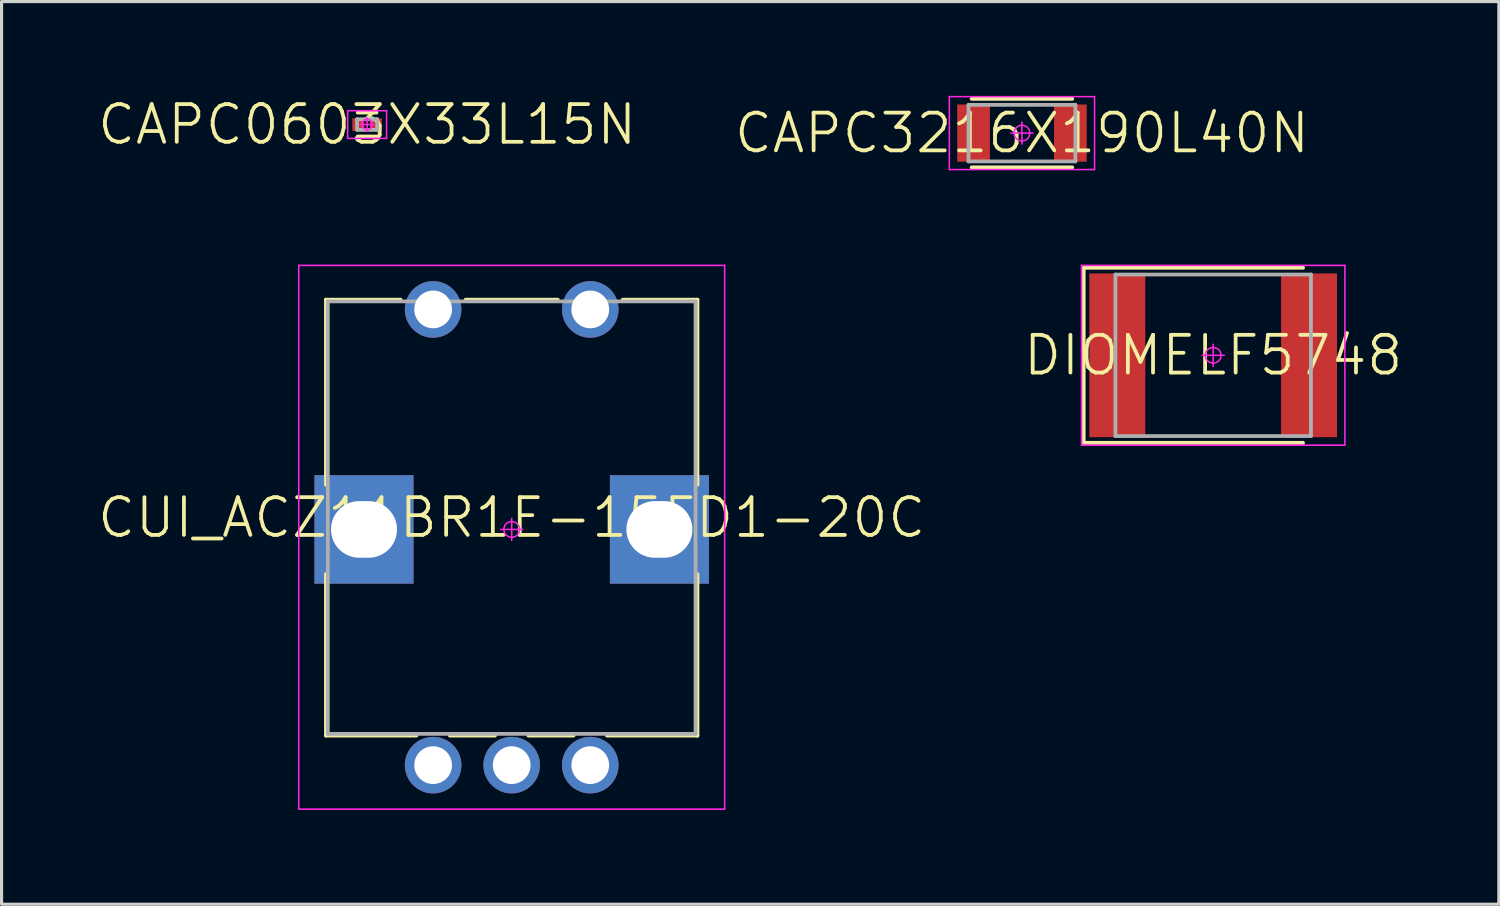
<source format=kicad_pcb>
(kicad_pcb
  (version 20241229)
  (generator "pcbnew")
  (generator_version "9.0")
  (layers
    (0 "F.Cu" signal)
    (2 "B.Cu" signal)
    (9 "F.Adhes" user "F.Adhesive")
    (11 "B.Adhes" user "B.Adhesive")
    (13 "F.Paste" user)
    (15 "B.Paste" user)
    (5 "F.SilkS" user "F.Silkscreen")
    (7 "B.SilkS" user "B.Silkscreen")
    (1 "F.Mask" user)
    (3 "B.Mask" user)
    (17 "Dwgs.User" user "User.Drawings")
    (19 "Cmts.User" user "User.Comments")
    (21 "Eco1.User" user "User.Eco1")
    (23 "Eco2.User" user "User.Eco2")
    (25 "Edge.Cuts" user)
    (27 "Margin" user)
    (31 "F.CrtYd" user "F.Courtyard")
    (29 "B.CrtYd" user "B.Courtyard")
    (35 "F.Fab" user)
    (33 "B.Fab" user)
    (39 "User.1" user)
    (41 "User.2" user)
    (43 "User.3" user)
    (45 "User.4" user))
  (footprint "CAPC0603X33L15N"
    (layer "F.Cu")
    (at 8.631 0.913)
    (property "Reference" "CAPC0603X33L15N" (at 0 0 0) (layer "F.SilkS") (effects (font (size 1.2 1.2) (thickness 0.12))))
    (attr smd)
    (fp_line (start 0.3 -0.38) (end -0.3 -0.38) (stroke (width 0.12) (type solid)) (layer "F.SilkS"))
    (fp_line (start 0.3 0.38) (end -0.3 0.38) (stroke (width 0.12) (type solid)) (layer "F.SilkS"))
    (fp_line (start -0.62 -0.44) (end 0.62 -0.44) (stroke (width 0.05) (type solid)) (layer "F.CrtYd"))
    (fp_line (start -0.62 0.44) (end -0.62 -0.44) (stroke (width 0.05) (type solid)) (layer "F.CrtYd"))
    (fp_line (start 0 -0.22) (end 0 0.22) (stroke (width 0.05) (type solid)) (layer "F.CrtYd"))
    (fp_line (start 0.22 0) (end -0.22 0) (stroke (width 0.05) (type solid)) (layer "F.CrtYd"))
    (fp_line (start 0.62 -0.44) (end 0.62 0.44) (stroke (width 0.05) (type solid)) (layer "F.CrtYd"))
    (fp_line (start 0.62 0.44) (end -0.62 0.44) (stroke (width 0.05) (type solid)) (layer "F.CrtYd"))
    (fp_circle (center 0 0) (end 0 0.165) (stroke (width 0.05) (type solid)) (fill no) (layer "F.CrtYd"))
    (fp_line (start -0.32 -0.17) (end 0.32 -0.17) (stroke (width 0.12) (type solid)) (layer "F.Fab"))
    (fp_line (start -0.32 0.17) (end -0.32 -0.17) (stroke (width 0.12) (type solid)) (layer "F.Fab"))
    (fp_line (start 0.32 -0.17) (end 0.32 0.17) (stroke (width 0.12) (type solid)) (layer "F.Fab"))
    (fp_line (start 0.32 0.17) (end -0.32 0.17) (stroke (width 0.12) (type solid)) (layer "F.Fab"))
    (pad "1" smd rect (at -0.28 0) (size 0.38 0.4) (layers "F.Cu" "F.Mask" "F.Paste"))
    (pad "2" smd rect (at 0.28 0) (size 0.38 0.4) (layers "F.Cu" "F.Mask" "F.Paste")))
  (footprint "DIOMELF5748"
    (layer "F.Cu")
    (at 35.551 8.255)
    (property "Reference" "DIOMELF5748" (at 0 0 0) (layer "F.SilkS") (effects (font (size 1.2 1.2) (thickness 0.12))))
    (attr smd)
    (fp_line (start -4.12 -2.785) (end -4.12 2.785) (stroke (width 0.12) (type solid)) (layer "F.SilkS"))
    (fp_line (start -4.12 2.785) (end 2.86 2.785) (stroke (width 0.12) (type solid)) (layer "F.SilkS"))
    (fp_line (start 2.86 -2.785) (end -4.12 -2.785) (stroke (width 0.12) (type solid)) (layer "F.SilkS"))
    (fp_line (start -4.19 -2.86) (end 4.19 -2.86) (stroke (width 0.05) (type solid)) (layer "F.CrtYd"))
    (fp_line (start -4.19 2.86) (end -4.19 -2.86) (stroke (width 0.05) (type solid)) (layer "F.CrtYd"))
    (fp_line (start 0 -0.35) (end 0 0.35) (stroke (width 0.05) (type solid)) (layer "F.CrtYd"))
    (fp_line (start 0.35 0) (end -0.35 0) (stroke (width 0.05) (type solid)) (layer "F.CrtYd"))
    (fp_line (start 4.19 -2.86) (end 4.19 2.86) (stroke (width 0.05) (type solid)) (layer "F.CrtYd"))
    (fp_line (start 4.19 2.86) (end -4.19 2.86) (stroke (width 0.05) (type solid)) (layer "F.CrtYd"))
    (fp_circle (center 0 0) (end 0 0.25) (stroke (width 0.05) (type solid)) (fill no) (layer "F.CrtYd"))
    (fp_line (start -3.11 -2.57) (end 3.11 -2.57) (stroke (width 0.12) (type solid)) (layer "F.Fab"))
    (fp_line (start -3.11 2.57) (end -3.11 -2.57) (stroke (width 0.12) (type solid)) (layer "F.Fab"))
    (fp_line (start 3.11 -2.57) (end 3.11 2.57) (stroke (width 0.12) (type solid)) (layer "F.Fab"))
    (fp_line (start 3.11 2.57) (end -3.11 2.57) (stroke (width 0.12) (type solid)) (layer "F.Fab"))
    (pad "A" smd rect (at 3.05 0) (size 1.78 5.21) (layers "F.Cu" "F.Mask" "F.Paste"))
    (pad "C" smd rect (at -3.05 0) (size 1.78 5.21) (layers "F.Cu" "F.Mask" "F.Paste")))
  (footprint "CAPC3216X190L40N"
    (layer "F.Cu")
    (at 29.466 1.185)
    (property "Reference" "CAPC3216X190L40N" (at 0 0 0) (layer "F.SilkS") (effects (font (size 1.2 1.2) (thickness 0.12))))
    (attr smd)
    (fp_line (start 1.6 -1.09) (end -1.6 -1.09) (stroke (width 0.12) (type solid)) (layer "F.SilkS"))
    (fp_line (start 1.6 1.09) (end -1.6 1.09) (stroke (width 0.12) (type solid)) (layer "F.SilkS"))
    (fp_line (start -2.31 -1.16) (end 2.31 -1.16) (stroke (width 0.05) (type solid)) (layer "F.CrtYd"))
    (fp_line (start -2.31 1.16) (end -2.31 -1.16) (stroke (width 0.05) (type solid)) (layer "F.CrtYd"))
    (fp_line (start 0 -0.35) (end 0 0.35) (stroke (width 0.05) (type solid)) (layer "F.CrtYd"))
    (fp_line (start 0.35 0) (end -0.35 0) (stroke (width 0.05) (type solid)) (layer "F.CrtYd"))
    (fp_line (start 2.31 -1.16) (end 2.31 1.16) (stroke (width 0.05) (type solid)) (layer "F.CrtYd"))
    (fp_line (start 2.31 1.16) (end -2.31 1.16) (stroke (width 0.05) (type solid)) (layer "F.CrtYd"))
    (fp_circle (center 0 0) (end 0 0.25) (stroke (width 0.05) (type solid)) (fill no) (layer "F.CrtYd"))
    (fp_line (start -1.7 -0.9) (end 1.7 -0.9) (stroke (width 0.12) (type solid)) (layer "F.Fab"))
    (fp_line (start -1.7 0.9) (end -1.7 -0.9) (stroke (width 0.12) (type solid)) (layer "F.Fab"))
    (fp_line (start 1.7 -0.9) (end 1.7 0.9) (stroke (width 0.12) (type solid)) (layer "F.Fab"))
    (fp_line (start 1.7 0.9) (end -1.7 0.9) (stroke (width 0.12) (type solid)) (layer "F.Fab"))
    (pad "1" smd rect (at -1.54 0) (size 1.04 1.82) (layers "F.Cu" "F.Mask" "F.Paste"))
    (pad "2" smd rect (at 1.54 0) (size 1.04 1.82) (layers "F.Cu" "F.Mask" "F.Paste")))
  (footprint "CUI_ACZ11BR1E-15FD1-20C"
    (layer "F.Cu")
    (at 13.231 13.795)
    (property "Reference" "CUI_ACZ11BR1E-15FD1-20C" (at 0 -0.375 0) (layer "F.SilkS") (effects (font (size 1.2 1.2) (thickness 0.12))))
    (attr through_hole)
    (fp_line (start -5.91 -7.31) (end -3.535 -7.31) (stroke (width 0.12) (type solid)) (layer "F.SilkS"))
    (fp_line (start -5.91 -1.421) (end -5.91 -7.31) (stroke (width 0.12) (type solid)) (layer "F.SilkS"))
    (fp_line (start -5.91 6.56) (end -5.91 1.421) (stroke (width 0.12) (type solid)) (layer "F.SilkS"))
    (fp_line (start -3.032 6.56) (end -5.91 6.56) (stroke (width 0.12) (type solid)) (layer "F.SilkS"))
    (fp_line (start -1.968 6.56) (end -0.532 6.56) (stroke (width 0.12) (type solid)) (layer "F.SilkS"))
    (fp_line (start -1.465 -7.31) (end 1.465 -7.31) (stroke (width 0.12) (type solid)) (layer "F.SilkS"))
    (fp_line (start 0.532 6.56) (end 1.968 6.56) (stroke (width 0.12) (type solid)) (layer "F.SilkS"))
    (fp_line (start 3.535 -7.31) (end 5.91 -7.31) (stroke (width 0.12) (type solid)) (layer "F.SilkS"))
    (fp_line (start 5.91 -7.31) (end 5.91 -1.421) (stroke (width 0.12) (type solid)) (layer "F.SilkS"))
    (fp_line (start 5.91 1.421) (end 5.91 6.56) (stroke (width 0.12) (type solid)) (layer "F.SilkS"))
    (fp_line (start 5.91 6.56) (end 3.032 6.56) (stroke (width 0.12) (type solid)) (layer "F.SilkS"))
    (fp_line (start -6.775 -8.4) (end 6.775 -8.4) (stroke (width 0.05) (type solid)) (layer "F.CrtYd"))
    (fp_line (start -6.775 8.9) (end -6.775 -8.4) (stroke (width 0.05) (type solid)) (layer "F.CrtYd"))
    (fp_line (start 0 -0.35) (end 0 0.35) (stroke (width 0.05) (type solid)) (layer "F.CrtYd"))
    (fp_line (start 0.35 0) (end -0.35 0) (stroke (width 0.05) (type solid)) (layer "F.CrtYd"))
    (fp_line (start 6.775 -8.4) (end 6.775 8.9) (stroke (width 0.05) (type solid)) (layer "F.CrtYd"))
    (fp_line (start 6.775 8.9) (end -6.775 8.9) (stroke (width 0.05) (type solid)) (layer "F.CrtYd"))
    (fp_circle (center 0 0) (end 0 0.25) (stroke (width 0.05) (type solid)) (fill no) (layer "F.CrtYd"))
    (fp_line (start -5.85 -7.255) (end 5.85 -7.255) (stroke (width 0.12) (type solid)) (layer "F.Fab"))
    (fp_line (start -5.85 6.505) (end -5.85 -7.255) (stroke (width 0.12) (type solid)) (layer "F.Fab"))
    (fp_line (start 5.85 -7.255) (end 5.85 6.505) (stroke (width 0.12) (type solid)) (layer "F.Fab"))
    (fp_line (start 5.85 6.505) (end -5.85 6.505) (stroke (width 0.12) (type solid)) (layer "F.Fab"))
    (pad "6" thru_hole rect (at -4.7 0) (size 3.15 3.45) (drill oval 2.1 1.8) (layers "*.Cu" "*.Mask"))
    (pad "7" thru_hole rect (at 4.7 0) (size 3.15 3.45) (drill oval 2.1 1.8) (layers "*.Cu" "*.Mask"))
    (pad "A" thru_hole circle (at -2.5 7.5) (size 1.8 1.8) (drill 1.2) (layers "*.Cu" "*.Mask"))
    (pad "B" thru_hole circle (at 0 7.5) (size 1.8 1.8) (drill 1.2) (layers "*.Cu" "*.Mask"))
    (pad "C" thru_hole circle (at 2.5 7.5) (size 1.8 1.8) (drill 1.2) (layers "*.Cu" "*.Mask"))
    (pad "S1" thru_hole circle (at -2.5 -7) (size 1.8 1.8) (drill 1.2) (layers "*.Cu" "*.Mask"))
    (pad "S2" thru_hole circle (at 2.5 -7) (size 1.8 1.8) (drill 1.2) (layers "*.Cu" "*.Mask")))
  (gr_rect
    (start -3 -3)
    (end 44.64 25.72)
    (stroke (width 0.1) (type default))
    (fill no)
    (layer "Edge.Cuts")))
</source>
